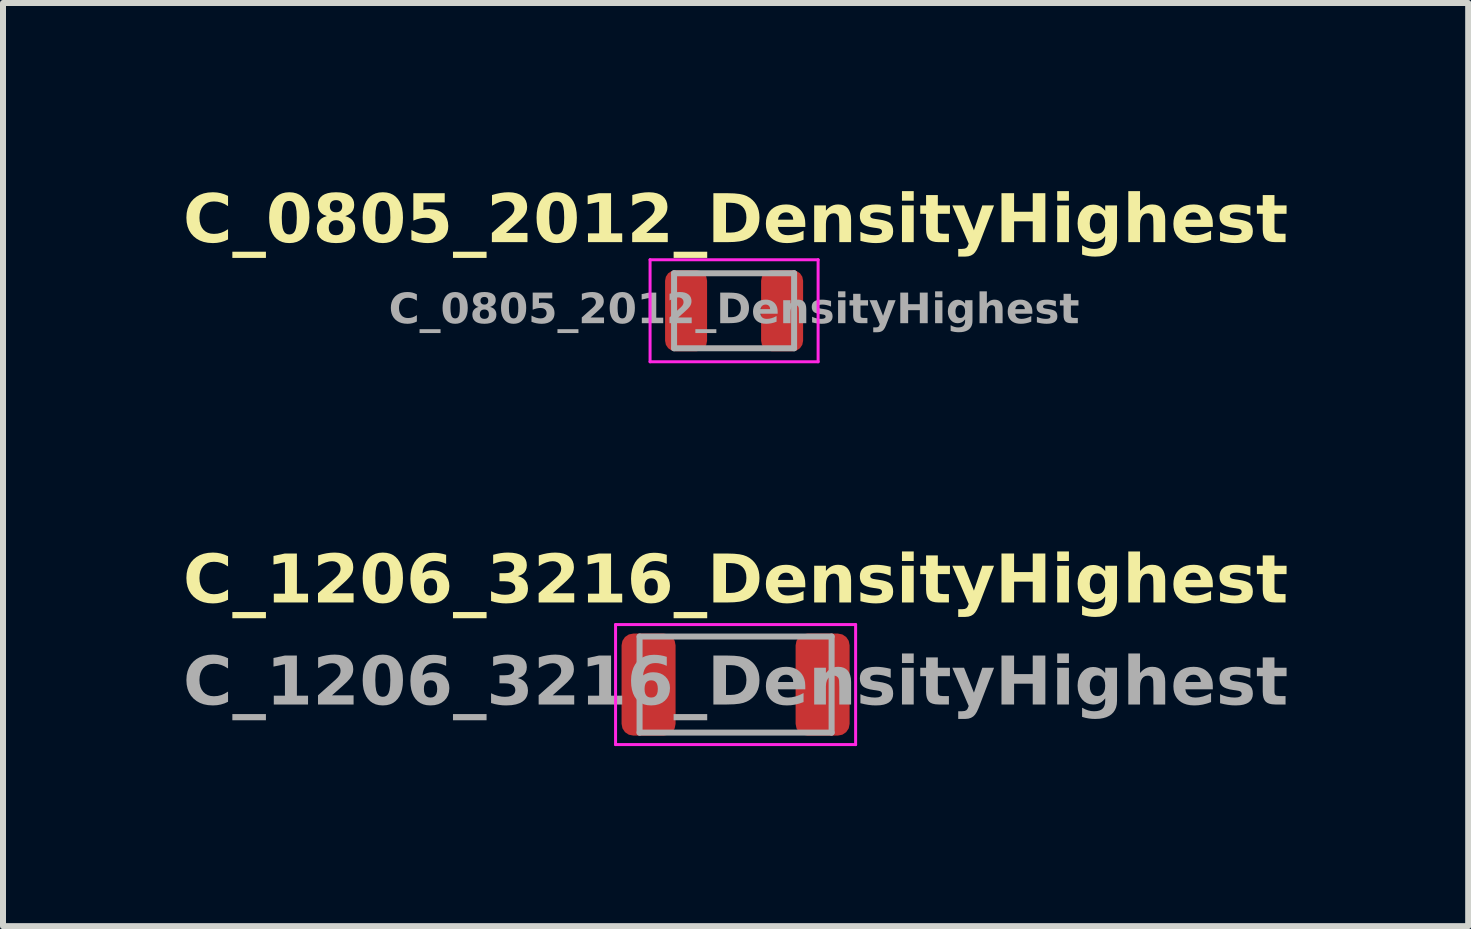
<source format=kicad_pcb>
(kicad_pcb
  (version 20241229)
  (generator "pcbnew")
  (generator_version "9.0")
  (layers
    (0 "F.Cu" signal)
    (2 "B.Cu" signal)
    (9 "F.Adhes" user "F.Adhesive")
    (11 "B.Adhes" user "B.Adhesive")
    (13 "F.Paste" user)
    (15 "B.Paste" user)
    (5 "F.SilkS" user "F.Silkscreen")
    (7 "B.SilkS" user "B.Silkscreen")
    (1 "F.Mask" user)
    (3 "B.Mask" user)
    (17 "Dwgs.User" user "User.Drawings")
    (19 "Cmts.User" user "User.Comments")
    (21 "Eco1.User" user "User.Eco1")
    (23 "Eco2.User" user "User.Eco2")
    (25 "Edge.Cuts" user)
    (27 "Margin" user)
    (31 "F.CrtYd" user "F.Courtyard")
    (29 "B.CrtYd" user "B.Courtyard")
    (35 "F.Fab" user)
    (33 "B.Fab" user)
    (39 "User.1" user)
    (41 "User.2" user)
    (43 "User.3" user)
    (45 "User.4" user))
  (footprint "C_0805_2012_DensityHighest"
    (layer "F.Cu")
    (at 9.182 2.128)
    (property "Reference" "C_0805_2012_DensityHighest" (at 0.025 -1.475 0) (unlocked yes) (layer "F.SilkS") (effects (font (face "JetBrains Mono SemiBold") (size 0.8 0.8) (thickness 0.1))))
    (attr smd)
    (fp_line (start -1.4 -0.85) (end 1.4 -0.85) (stroke (width 0.05) (type solid)) (layer "F.CrtYd"))
    (fp_line (start -1.4 0.85) (end -1.4 -0.85) (stroke (width 0.05) (type solid)) (layer "F.CrtYd"))
    (fp_line (start 1.4 -0.85) (end 1.4 0.85) (stroke (width 0.05) (type solid)) (layer "F.CrtYd"))
    (fp_line (start 1.4 0.85) (end -1.4 0.85) (stroke (width 0.05) (type solid)) (layer "F.CrtYd"))
    (fp_line (start -1 -0.625) (end 1 -0.625) (stroke (width 0.1) (type solid)) (layer "F.Fab"))
    (fp_line (start -1 0.625) (end -1 -0.625) (stroke (width 0.1) (type solid)) (layer "F.Fab"))
    (fp_line (start 1 -0.625) (end 1 0.625) (stroke (width 0.1) (type solid)) (layer "F.Fab"))
    (fp_line (start 1 0.625) (end -1 0.625) (stroke (width 0.1) (type solid)) (layer "F.Fab"))
    (fp_text user "${REFERENCE}" (at 0 0 0) (layer "F.Fab") (effects (font (face "JetBrains Mono SemiBold") (size 0.5 0.5) (thickness 0.08))))
    (pad "1" smd roundrect (at -0.8 0) (size 0.7 1.35) (layers "F.Cu" "F.Mask" "F.Paste") (roundrect_rratio 0.25))
    (pad "2" smd roundrect (at 0.8 0) (size 0.7 1.35) (layers "F.Cu" "F.Mask" "F.Paste") (roundrect_rratio 0.25)))
  (footprint "C_1206_3216_DensityHighest"
    (layer "F.Cu")
    (at 9.207 8.357)
    (property "Reference" "C_1206_3216_DensityHighest" (at 0 -1.7 0) (unlocked yes) (layer "F.SilkS") (effects (font (face "JetBrains Mono SemiBold") (size 0.8 0.8) (thickness 0.1))))
    (attr smd)
    (fp_line (start -2 -1) (end 2 -1) (stroke (width 0.05) (type solid)) (layer "F.CrtYd"))
    (fp_line (start -2 1) (end -2 -1) (stroke (width 0.05) (type solid)) (layer "F.CrtYd"))
    (fp_line (start 2 -1) (end 2 1) (stroke (width 0.05) (type solid)) (layer "F.CrtYd"))
    (fp_line (start 2 1) (end -2 1) (stroke (width 0.05) (type solid)) (layer "F.CrtYd"))
    (fp_line (start -1.6 -0.8) (end 1.6 -0.8) (stroke (width 0.1) (type solid)) (layer "F.Fab"))
    (fp_line (start -1.6 0.8) (end -1.6 -0.8) (stroke (width 0.1) (type solid)) (layer "F.Fab"))
    (fp_line (start 1.6 -0.8) (end 1.6 0.8) (stroke (width 0.1) (type solid)) (layer "F.Fab"))
    (fp_line (start 1.6 0.8) (end -1.6 0.8) (stroke (width 0.1) (type solid)) (layer "F.Fab"))
    (fp_text user "${REFERENCE}" (at 0 0 0) (layer "F.Fab") (effects (font (face "JetBrains Mono SemiBold") (size 0.8 0.8) (thickness 0.12))))
    (pad "1" smd roundrect (at -1.45 0) (size 0.9 1.7) (layers "F.Cu" "F.Mask" "F.Paste") (roundrect_rratio 0.217))
    (pad "2" smd roundrect (at 1.45 0) (size 0.9 1.7) (layers "F.Cu" "F.Mask" "F.Paste") (roundrect_rratio 0.217)))
  (gr_rect
    (start -3 -3)
    (end 21.414 12.382)
    (stroke (width 0.1) (type default))
    (fill no)
    (layer "Edge.Cuts")))
</source>
